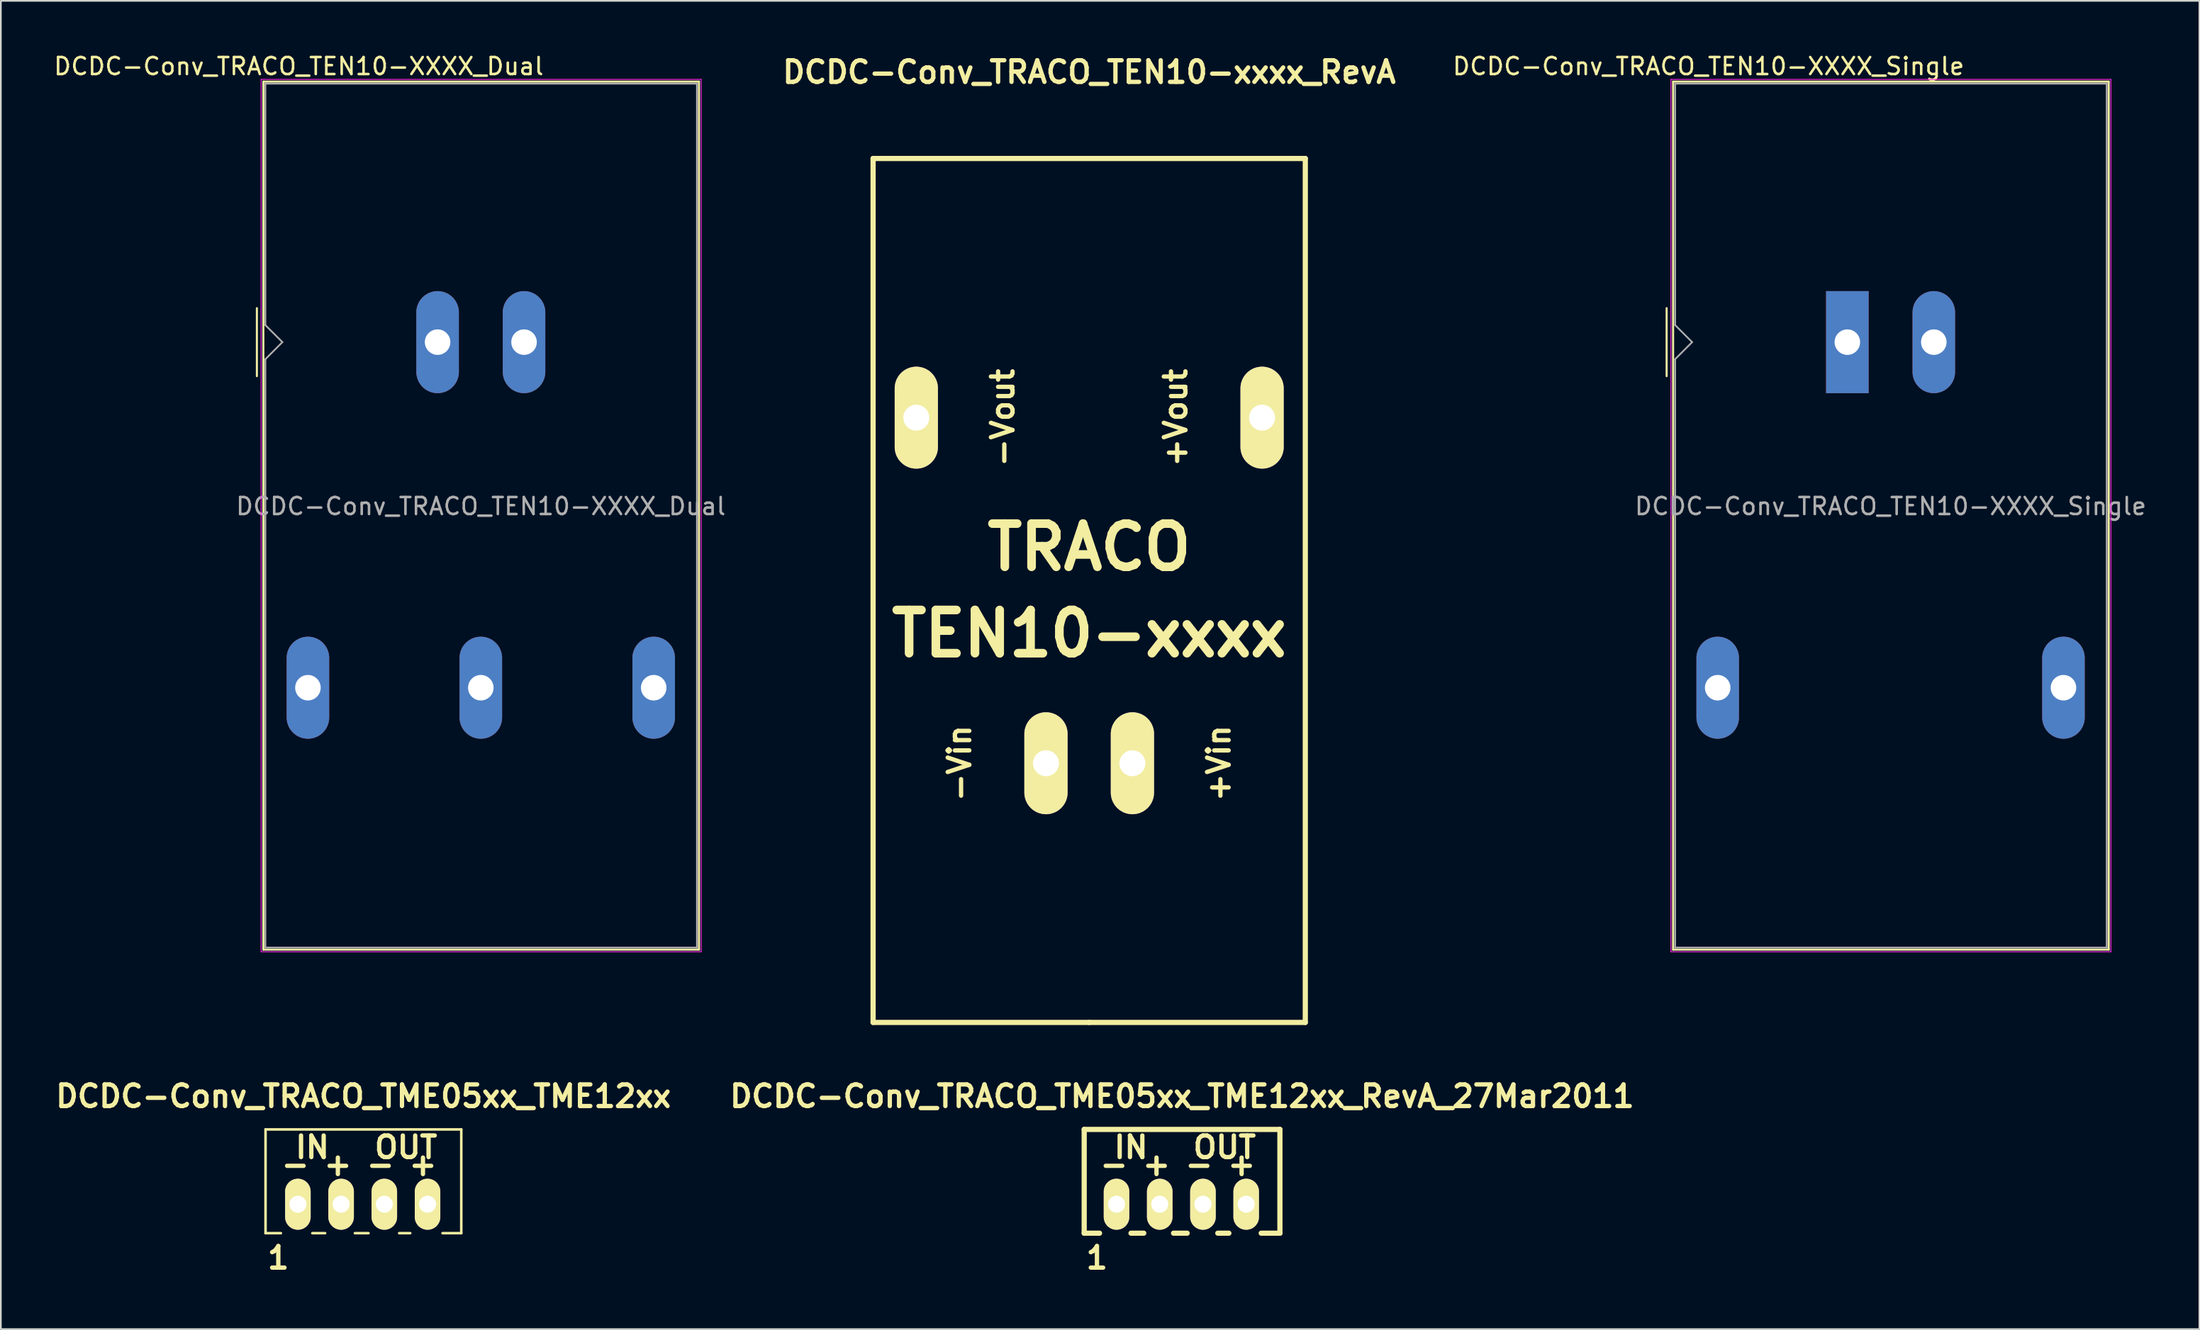
<source format=kicad_pcb>
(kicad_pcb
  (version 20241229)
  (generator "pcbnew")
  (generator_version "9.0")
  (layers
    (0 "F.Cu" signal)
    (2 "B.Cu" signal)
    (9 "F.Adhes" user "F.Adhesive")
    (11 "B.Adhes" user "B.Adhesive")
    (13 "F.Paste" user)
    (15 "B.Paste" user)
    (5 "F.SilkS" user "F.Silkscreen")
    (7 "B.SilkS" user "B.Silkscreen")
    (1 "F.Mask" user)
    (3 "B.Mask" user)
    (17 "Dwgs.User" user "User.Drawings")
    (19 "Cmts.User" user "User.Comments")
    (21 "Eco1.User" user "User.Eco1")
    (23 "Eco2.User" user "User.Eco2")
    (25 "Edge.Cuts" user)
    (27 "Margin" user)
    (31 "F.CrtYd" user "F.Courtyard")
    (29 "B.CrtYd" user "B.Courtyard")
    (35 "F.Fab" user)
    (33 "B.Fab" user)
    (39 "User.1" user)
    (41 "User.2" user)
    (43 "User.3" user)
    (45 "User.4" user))
  (footprint "DCDC-Conv_TRACO_TEN10-XXXX_Single"
    (layer "F.Cu")
    (at 105.512 17.068)
    (property "Reference" "DCDC-Conv_TRACO_TEN10-XXXX_Single" (at -8.16 -16.22 180) (layer "F.SilkS") (effects (font (size 1 1) (thickness 0.15))))
    (attr through_hole)
    (fp_line (start -10.62 -2) (end -10.62 2) (stroke (width 0.12) (type solid)) (layer "F.SilkS"))
    (fp_line (start -10.24 -15.32) (end 15.36 -15.32) (stroke (width 0.12) (type solid)) (layer "F.SilkS"))
    (fp_line (start -10.24 35.72) (end -10.24 -15.32) (stroke (width 0.12) (type solid)) (layer "F.SilkS"))
    (fp_line (start 15.36 -15.32) (end 15.36 35.72) (stroke (width 0.12) (type solid)) (layer "F.SilkS"))
    (fp_line (start 15.36 35.72) (end -10.24 35.72) (stroke (width 0.12) (type solid)) (layer "F.SilkS"))
    (fp_line (start -10.37 -15.45) (end 15.49 -15.45) (stroke (width 0.05) (type solid)) (layer "F.CrtYd"))
    (fp_line (start -10.37 35.85) (end -10.37 -15.45) (stroke (width 0.05) (type solid)) (layer "F.CrtYd"))
    (fp_line (start -10.37 35.85) (end 15.49 35.85) (stroke (width 0.05) (type solid)) (layer "F.CrtYd"))
    (fp_line (start 15.49 35.85) (end 15.49 -15.45) (stroke (width 0.05) (type solid)) (layer "F.CrtYd"))
    (fp_line (start -10.12 -1) (end -10.12 -15.2) (stroke (width 0.1) (type solid)) (layer "F.Fab"))
    (fp_line (start -10.12 1) (end -10.12 35.6) (stroke (width 0.1) (type solid)) (layer "F.Fab"))
    (fp_line (start -10.12 1) (end -9.12 0) (stroke (width 0.1) (type solid)) (layer "F.Fab"))
    (fp_line (start -10.12 35.6) (end 15.24 35.6) (stroke (width 0.1) (type solid)) (layer "F.Fab"))
    (fp_line (start -9.12 0) (end -10.12 -1) (stroke (width 0.1) (type solid)) (layer "F.Fab"))
    (fp_line (start 15.24 -15.2) (end -10.12 -15.2) (stroke (width 0.1) (type solid)) (layer "F.Fab"))
    (fp_line (start 15.24 35.6) (end 15.24 -15.2) (stroke (width 0.1) (type solid)) (layer "F.Fab"))
    (fp_text user "${REFERENCE}" (at 2.54 9.652 0) (layer "F.Fab") (effects (font (size 1 1) (thickness 0.15))))
    (pad "1" thru_hole rect (at 0 0 90) (size 6 2.5) (drill 1.5) (layers "*.Cu" "*.Mask"))
    (pad "2" thru_hole oval (at 5.08 0 90) (size 6 2.5) (drill 1.5) (layers "*.Cu" "*.Mask"))
    (pad "3" thru_hole oval (at -7.62 20.32 90) (size 6 2.5) (drill 1.5) (layers "*.Cu" "*.Mask"))
    (pad "5" thru_hole oval (at 12.7 20.32 90) (size 6 2.5) (drill 1.5) (layers "*.Cu" "*.Mask")))
  (footprint "DCDC-Conv_TRACO_TME05xx_TME12xx"
    (layer "F.Cu")
    (at 18.306 66.411)
    (property "Reference" "DCDC-Conv_TRACO_TME05xx_TME12xx" (at 0 -5.001 0) (layer "F.SilkS") (effects (font (size 1.27 1.27) (thickness 0.254))))
    (attr through_hole)
    (fp_line (start -5.751 -3.051) (end -5.751 3.051) (stroke (width 0.15) (type solid)) (layer "F.SilkS"))
    (fp_line (start -4.849 3.051) (end -5.751 3.051) (stroke (width 0.15) (type solid)) (layer "F.SilkS"))
    (fp_line (start -2.25 3.051) (end -3 3.051) (stroke (width 0.15) (type solid)) (layer "F.SilkS"))
    (fp_line (start 0.3 3.051) (end -0.5 3.051) (stroke (width 0.15) (type solid)) (layer "F.SilkS"))
    (fp_line (start 2.751 3.051) (end 2.101 3.051) (stroke (width 0.15) (type solid)) (layer "F.SilkS"))
    (fp_line (start 5.751 -3.051) (end -5.751 -3.051) (stroke (width 0.15) (type solid)) (layer "F.SilkS"))
    (fp_line (start 5.751 3.051) (end 4.651 3.051) (stroke (width 0.15) (type solid)) (layer "F.SilkS"))
    (fp_line (start 5.751 3.051) (end 5.751 -3.051) (stroke (width 0.15) (type solid)) (layer "F.SilkS"))
    (fp_text user "IN" (at -3 -1.999 0) (layer "F.SilkS") (effects (font (size 1.27 1.27) (thickness 0.254))))
    (fp_text user "-" (at -4 -1.001 0) (layer "F.SilkS") (effects (font (size 1.27 1.27) (thickness 0.254))))
    (fp_text user "+" (at 3.5 -1.001 0) (layer "F.SilkS") (effects (font (size 1.27 1.27) (thickness 0.254))))
    (fp_text user "+" (at -1.501 -1.001 0) (layer "F.SilkS") (effects (font (size 1.27 1.27) (thickness 0.254))))
    (fp_text user "1" (at -5.001 4.501 0) (layer "F.SilkS") (effects (font (size 1.27 1.27) (thickness 0.254))))
    (fp_text user "-" (at 1.001 -1.001 0) (layer "F.SilkS") (effects (font (size 1.27 1.27) (thickness 0.254))))
    (fp_text user "OUT" (at 2.499 -1.999 0) (layer "F.SilkS") (effects (font (size 1.27 1.27) (thickness 0.254))))
    (pad "1" thru_hole oval (at -3.851 1.349) (size 1.501 3) (drill 1.001) (layers "*.Cu" "*.Mask" "F.SilkS"))
    (pad "2" thru_hole oval (at -1.311 1.349) (size 1.501 3) (drill 1.001) (layers "*.Cu" "*.Mask" "F.SilkS"))
    (pad "3" thru_hole oval (at 1.229 1.349) (size 1.501 3) (drill 1.001) (layers "*.Cu" "*.Mask" "F.SilkS"))
    (pad "4" thru_hole oval (at 3.769 1.349) (size 1.501 3) (drill 1.001) (layers "*.Cu" "*.Mask" "F.SilkS")))
  (footprint "DCDC-Conv_TRACO_TEN10-XXXX_Dual"
    (layer "F.Cu")
    (at 22.666 17.068)
    (property "Reference" "DCDC-Conv_TRACO_TEN10-XXXX_Dual" (at -8.16 -16.22 180) (layer "F.SilkS") (effects (font (size 1 1) (thickness 0.15))))
    (attr through_hole)
    (fp_line (start -10.62 -2) (end -10.62 2) (stroke (width 0.12) (type solid)) (layer "F.SilkS"))
    (fp_line (start -10.24 -15.32) (end 15.36 -15.32) (stroke (width 0.12) (type solid)) (layer "F.SilkS"))
    (fp_line (start -10.24 35.72) (end -10.24 -15.32) (stroke (width 0.12) (type solid)) (layer "F.SilkS"))
    (fp_line (start 15.36 -15.32) (end 15.36 35.72) (stroke (width 0.12) (type solid)) (layer "F.SilkS"))
    (fp_line (start 15.36 35.72) (end -10.24 35.72) (stroke (width 0.12) (type solid)) (layer "F.SilkS"))
    (fp_line (start -10.37 -15.45) (end 15.49 -15.45) (stroke (width 0.05) (type solid)) (layer "F.CrtYd"))
    (fp_line (start -10.37 35.85) (end -10.37 -15.45) (stroke (width 0.05) (type solid)) (layer "F.CrtYd"))
    (fp_line (start -10.37 35.85) (end 15.49 35.85) (stroke (width 0.05) (type solid)) (layer "F.CrtYd"))
    (fp_line (start 15.49 35.85) (end 15.49 -15.45) (stroke (width 0.05) (type solid)) (layer "F.CrtYd"))
    (fp_line (start -10.12 -1) (end -10.12 -15.2) (stroke (width 0.1) (type solid)) (layer "F.Fab"))
    (fp_line (start -10.12 1) (end -10.12 35.6) (stroke (width 0.1) (type solid)) (layer "F.Fab"))
    (fp_line (start -10.12 1) (end -9.12 0) (stroke (width 0.1) (type solid)) (layer "F.Fab"))
    (fp_line (start -10.12 35.6) (end 15.24 35.6) (stroke (width 0.1) (type solid)) (layer "F.Fab"))
    (fp_line (start -9.12 0) (end -10.12 -1) (stroke (width 0.1) (type solid)) (layer "F.Fab"))
    (fp_line (start 15.24 -15.2) (end -10.12 -15.2) (stroke (width 0.1) (type solid)) (layer "F.Fab"))
    (fp_line (start 15.24 35.6) (end 15.24 -15.2) (stroke (width 0.1) (type solid)) (layer "F.Fab"))
    (fp_text user "${REFERENCE}" (at 2.54 9.652 0) (layer "F.Fab") (effects (font (size 1 1) (thickness 0.15))))
    (pad "1" thru_hole oval (at 0 0 90) (size 6 2.5) (drill 1.5) (layers "*.Cu" "*.Mask"))
    (pad "2" thru_hole oval (at 5.08 0 90) (size 6 2.5) (drill 1.5) (layers "*.Cu" "*.Mask"))
    (pad "3" thru_hole oval (at -7.62 20.32 90) (size 6 2.5) (drill 1.5) (layers "*.Cu" "*.Mask"))
    (pad "4" thru_hole oval (at 2.54 20.32 90) (size 6 2.5) (drill 1.5) (layers "*.Cu" "*.Mask"))
    (pad "5" thru_hole oval (at 12.7 20.32 90) (size 6 2.5) (drill 1.5) (layers "*.Cu" "*.Mask")))
  (footprint "DCDC-Conv_TRACO_TME05xx_TME12xx_RevA_27Mar2011"
    (layer "F.Cu")
    (at 66.415 66.411)
    (property "Reference" "DCDC-Conv_TRACO_TME05xx_TME12xx_RevA_27Mar2011" (at 0 -5.001 0) (layer "F.SilkS") (effects (font (size 1.27 1.27) (thickness 0.254))))
    (attr through_hole)
    (fp_line (start -5.751 -3.051) (end -5.751 3.051) (stroke (width 0.305) (type solid)) (layer "F.SilkS"))
    (fp_line (start -4.849 3.051) (end -5.751 3.051) (stroke (width 0.305) (type solid)) (layer "F.SilkS"))
    (fp_line (start -2.25 3.051) (end -3 3.051) (stroke (width 0.305) (type solid)) (layer "F.SilkS"))
    (fp_line (start 0.3 3.051) (end -0.5 3.051) (stroke (width 0.305) (type solid)) (layer "F.SilkS"))
    (fp_line (start 2.751 3.051) (end 2.101 3.051) (stroke (width 0.305) (type solid)) (layer "F.SilkS"))
    (fp_line (start 5.751 -3.051) (end -5.751 -3.051) (stroke (width 0.305) (type solid)) (layer "F.SilkS"))
    (fp_line (start 5.751 3.051) (end 4.651 3.051) (stroke (width 0.305) (type solid)) (layer "F.SilkS"))
    (fp_line (start 5.751 3.051) (end 5.751 -3.051) (stroke (width 0.305) (type solid)) (layer "F.SilkS"))
    (fp_text user "OUT" (at 2.499 -1.999 0) (layer "F.SilkS") (effects (font (size 1.27 1.27) (thickness 0.254))))
    (fp_text user "-" (at 1.001 -1.001 0) (layer "F.SilkS") (effects (font (size 1.27 1.27) (thickness 0.254))))
    (fp_text user "1" (at -5.001 4.501 0) (layer "F.SilkS") (effects (font (size 1.27 1.27) (thickness 0.254))))
    (fp_text user "IN" (at -3 -1.999 0) (layer "F.SilkS") (effects (font (size 1.27 1.27) (thickness 0.254))))
    (fp_text user "-" (at -4 -1.001 0) (layer "F.SilkS") (effects (font (size 1.27 1.27) (thickness 0.254))))
    (fp_text user "+" (at 3.5 -1.001 0) (layer "F.SilkS") (effects (font (size 1.27 1.27) (thickness 0.254))))
    (fp_text user "+" (at -1.501 -1.001 0) (layer "F.SilkS") (effects (font (size 1.27 1.27) (thickness 0.254))))
    (pad "1" thru_hole oval (at -3.851 1.349) (size 1.501 3) (drill 1.001) (layers "*.Cu" "*.Mask" "F.SilkS"))
    (pad "2" thru_hole oval (at -1.311 1.349) (size 1.501 3) (drill 1.001) (layers "*.Cu" "*.Mask" "F.SilkS"))
    (pad "3" thru_hole oval (at 1.229 1.349) (size 1.501 3) (drill 1.001) (layers "*.Cu" "*.Mask" "F.SilkS"))
    (pad "4" thru_hole oval (at 3.769 1.349) (size 1.501 3) (drill 1.001) (layers "*.Cu" "*.Mask" "F.SilkS")))
  (footprint "DCDC-Conv_TRACO_TEN10-xxxx_RevA"
    (layer "F.Cu")
    (at 60.958 31.669)
    (property "Reference" "DCDC-Conv_TRACO_TEN10-xxxx_RevA" (at 0 -30.48 0) (layer "F.SilkS") (effects (font (size 1.27 1.27) (thickness 0.254))))
    (attr through_hole)
    (fp_line (start -12.7 -25.4) (end -12.7 25.4) (stroke (width 0.305) (type solid)) (layer "F.SilkS"))
    (fp_line (start -12.7 25.4) (end 0 25.4) (stroke (width 0.305) (type solid)) (layer "F.SilkS"))
    (fp_line (start 0 25.4) (end 12.7 25.4) (stroke (width 0.305) (type solid)) (layer "F.SilkS"))
    (fp_line (start 12.7 -25.4) (end -12.7 -25.4) (stroke (width 0.305) (type solid)) (layer "F.SilkS"))
    (fp_line (start 12.7 25.4) (end 12.7 -25.4) (stroke (width 0.305) (type solid)) (layer "F.SilkS"))
    (fp_text user "-Vout" (at -5.08 -10.16 90) (layer "F.SilkS") (effects (font (size 1.27 1.27) (thickness 0.254))))
    (fp_text user "TRACO" (at 0 -2.54 0) (layer "F.SilkS") (effects (font (size 2.54 2.54) (thickness 0.508))))
    (fp_text user "+Vin" (at 7.62 10.16 90) (layer "F.SilkS") (effects (font (size 1.27 1.27) (thickness 0.254))))
    (fp_text user "TEN10-xxxx" (at 0 2.54 0) (layer "F.SilkS") (effects (font (size 2.54 2.54) (thickness 0.508))))
    (fp_text user "+Vout" (at 5.08 -10.16 90) (layer "F.SilkS") (effects (font (size 1.27 1.27) (thickness 0.254))))
    (fp_text user "-Vin" (at -7.62 10.16 90) (layer "F.SilkS") (effects (font (size 1.27 1.27) (thickness 0.254))))
    (pad "1" thru_hole oval (at 2.54 10.16) (size 2.54 5.994) (drill 1.524) (layers "*.Cu" "*.Mask" "F.SilkS"))
    (pad "2" thru_hole oval (at -2.54 10.16) (size 2.54 5.994) (drill 1.524) (layers "*.Cu" "*.Mask" "F.SilkS"))
    (pad "3" thru_hole oval (at 10.16 -10.16) (size 2.54 5.994) (drill 1.524) (layers "*.Cu" "*.Mask" "F.SilkS"))
    (pad "5" thru_hole oval (at -10.16 -10.16) (size 2.54 5.994) (drill 1.524) (layers "*.Cu" "*.Mask" "F.SilkS")))
  (gr_rect
    (start -3 -3)
    (end 126.201 75.101)
    (stroke (width 0.1) (type default))
    (fill no)
    (layer "Edge.Cuts")))
</source>
